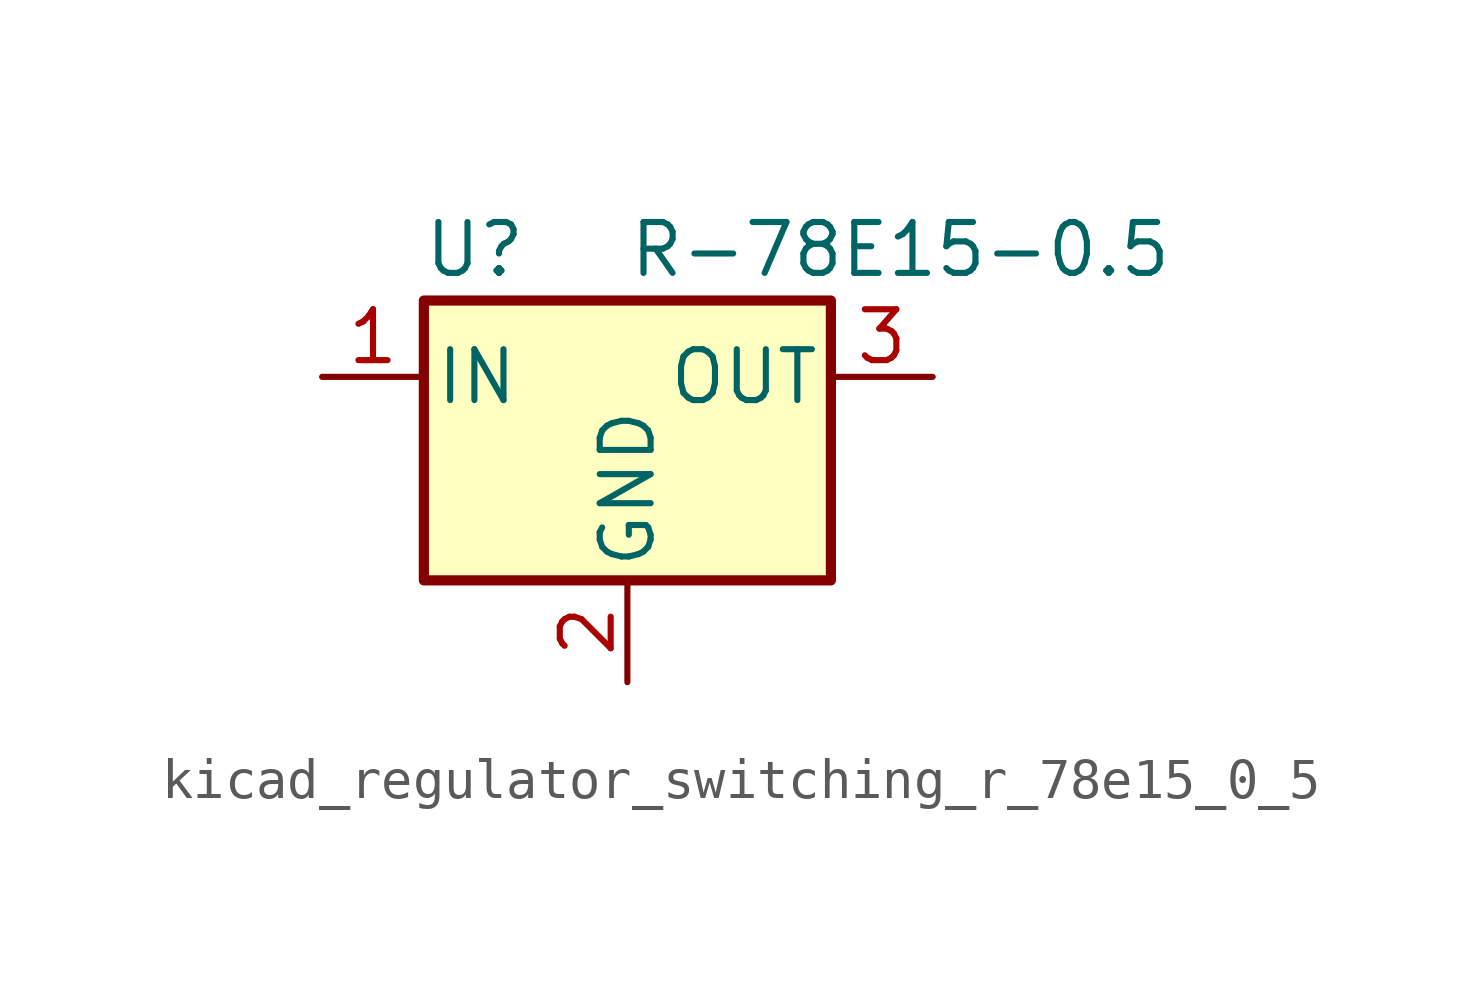
<source format=kicad_sym>
(kicad_symbol_lib
  (version 20220914)
  (generator kicad_symbol_editor)
  (symbol "kicad_regulator_switching_r_78e15_0_5"
    (pin_names
      (offset 0.254))
    (property "Reference" "U"
      (at -3.81 3.175 0)
      (effects (font (size 1.27 1.27))))
    (property "Value" "R-78E15-0.5"
      (at 0 3.175 0)
      (effects (font (size 1.27 1.27)) (justify left)))
    (symbol "kicad_regulator_switching_r_78e15_0_5_0_1"
      (rectangle (start -5.08 1.905) (end 5.08 -5.08) (stroke (width 0.254) (type default)) (fill (type background))))
    (symbol "kicad_regulator_switching_r_78e15_0_5_1_1"
      (pin power_in line (at -7.62 0 0) (length 2.54) (name "IN" (effects (font (size 1.27 1.27)))) (number "1" (effects (font (size 1.27 1.27)))))
      (pin power_in line (at 0 -7.62 90) (length 2.54) (name "GND" (effects (font (size 1.27 1.27)))) (number "2" (effects (font (size 1.27 1.27)))))
      (pin power_out line (at 7.62 0 180) (length 2.54) (name "OUT" (effects (font (size 1.27 1.27)))) (number "3" (effects (font (size 1.27 1.27))))))))
</source>
